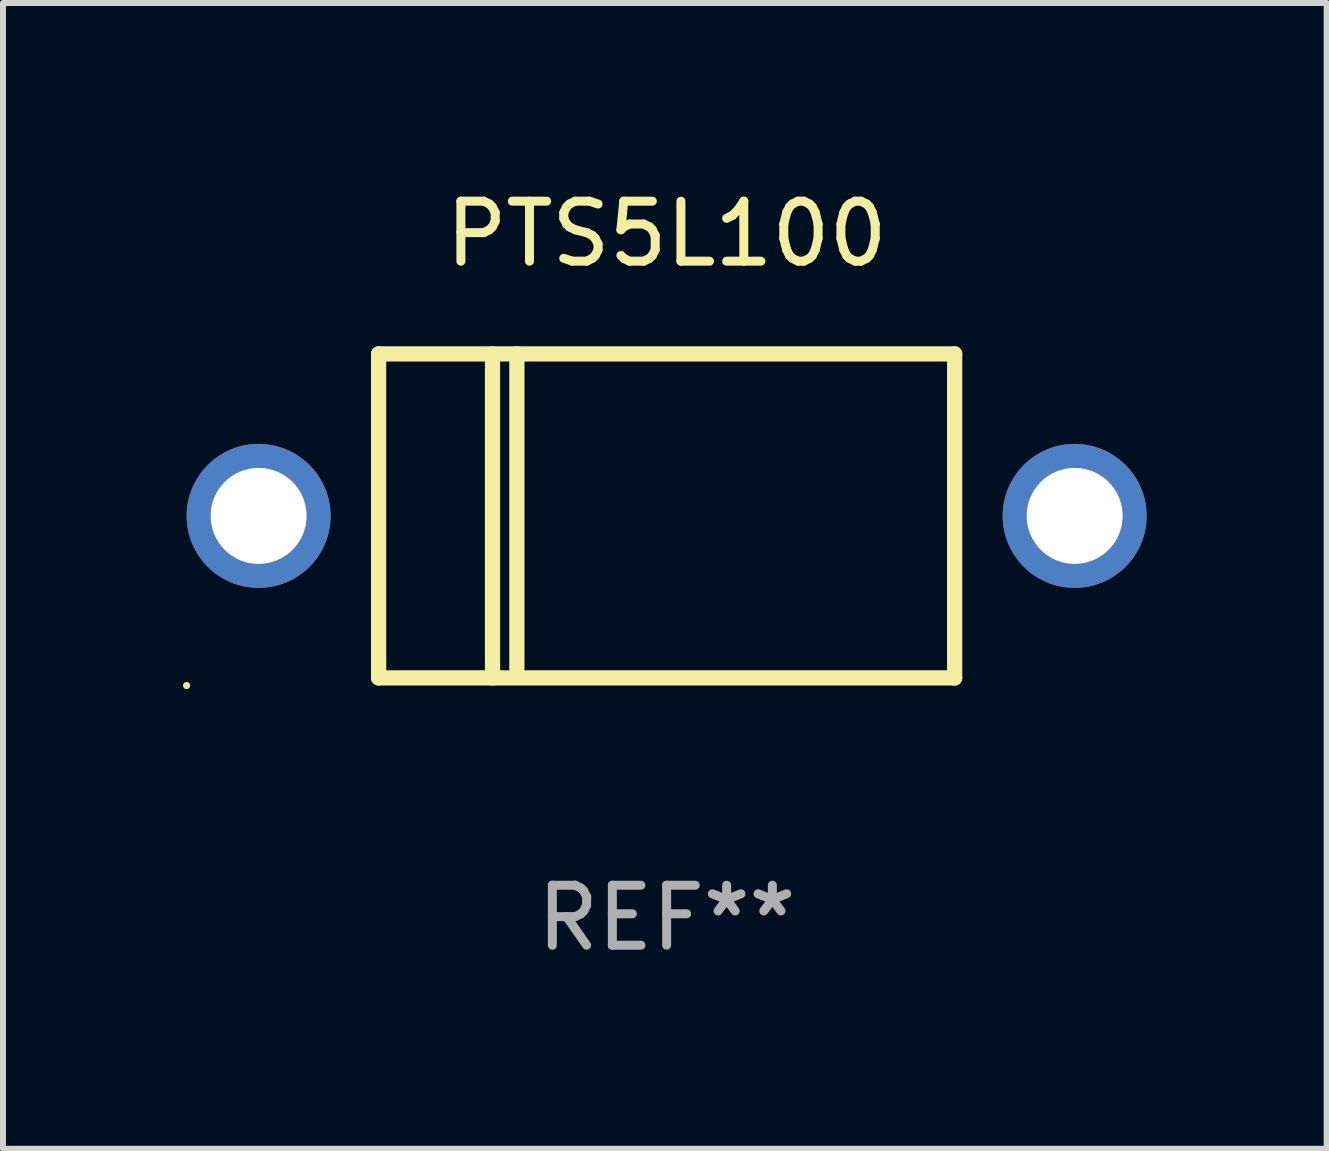
<source format=kicad_pcb>
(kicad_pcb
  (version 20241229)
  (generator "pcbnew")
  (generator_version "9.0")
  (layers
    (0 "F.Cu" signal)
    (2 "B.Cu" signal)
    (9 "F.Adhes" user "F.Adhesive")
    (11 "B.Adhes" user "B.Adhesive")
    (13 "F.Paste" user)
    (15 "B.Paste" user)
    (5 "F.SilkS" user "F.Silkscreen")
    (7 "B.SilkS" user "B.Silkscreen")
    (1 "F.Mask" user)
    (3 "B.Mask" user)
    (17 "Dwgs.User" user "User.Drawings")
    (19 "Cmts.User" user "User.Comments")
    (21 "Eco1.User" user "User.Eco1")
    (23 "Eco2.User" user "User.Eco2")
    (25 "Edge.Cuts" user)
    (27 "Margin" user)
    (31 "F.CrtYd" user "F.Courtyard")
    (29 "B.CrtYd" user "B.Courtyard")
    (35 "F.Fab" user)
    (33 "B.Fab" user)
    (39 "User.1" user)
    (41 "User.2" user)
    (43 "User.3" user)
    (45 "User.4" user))
  (footprint "PTS5L100"
    (layer "F.Cu")
    (at 8.06 5.548)
    (property "Reference" "PTS5L100" (at 0 -4.7 0) (layer "F.SilkS") (effects (font (size 1 1) (thickness 0.15))))
    (attr through_hole)
    (fp_line (start -4.8 -2.7) (end -4.8 2.7) (stroke (width 0.254) (type solid)) (layer "F.SilkS"))
    (fp_line (start -4.8 -2.7) (end 4.8 -2.7) (stroke (width 0.254) (type solid)) (layer "F.SilkS"))
    (fp_line (start -2.902 -2.7) (end -2.902 2.7) (stroke (width 0.254) (type solid)) (layer "F.SilkS"))
    (fp_line (start -2.496 -2.7) (end -2.496 2.54) (stroke (width 0.254) (type solid)) (layer "F.SilkS"))
    (fp_line (start 4.8 -2.7) (end 4.8 2.7) (stroke (width 0.254) (type solid)) (layer "F.SilkS"))
    (fp_line (start 4.8 2.7) (end -4.8 2.7) (stroke (width 0.254) (type solid)) (layer "F.SilkS"))
    (fp_circle (center -8 2.827) (end -7.97 2.827) (stroke (width 0.06) (type solid)) (fill no) (layer "F.SilkS"))
    (fp_text user "REF**" (at 0 6.7 0) (layer "F.Fab") (effects (font (size 1 1) (thickness 0.15))))
    (pad "1" thru_hole circle (at -6.8 0) (size 2.4 2.4) (drill 1.6) (layers "*.Cu" "*.Mask"))
    (pad "2" thru_hole circle (at 6.8 0) (size 2.4 2.4) (drill 1.6) (layers "*.Cu" "*.Mask")))
  (gr_rect
    (start -3 -3)
    (end 19.06 16.096)
    (stroke (width 0.1) (type default))
    (fill no)
    (layer "Edge.Cuts")))
</source>
